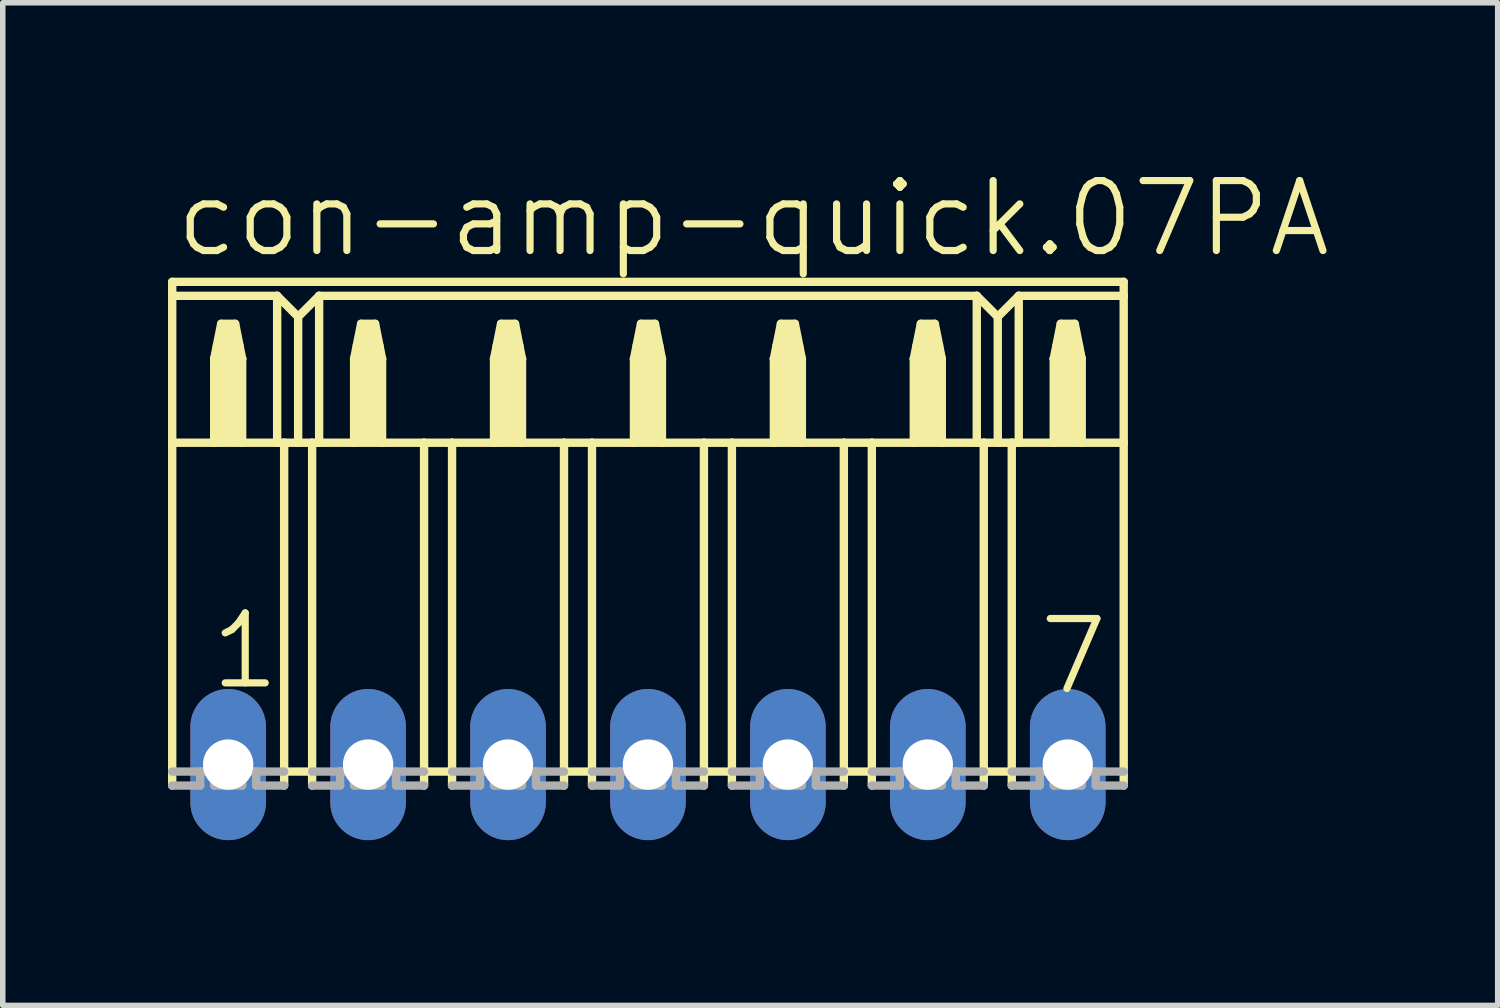
<source format=kicad_pcb>
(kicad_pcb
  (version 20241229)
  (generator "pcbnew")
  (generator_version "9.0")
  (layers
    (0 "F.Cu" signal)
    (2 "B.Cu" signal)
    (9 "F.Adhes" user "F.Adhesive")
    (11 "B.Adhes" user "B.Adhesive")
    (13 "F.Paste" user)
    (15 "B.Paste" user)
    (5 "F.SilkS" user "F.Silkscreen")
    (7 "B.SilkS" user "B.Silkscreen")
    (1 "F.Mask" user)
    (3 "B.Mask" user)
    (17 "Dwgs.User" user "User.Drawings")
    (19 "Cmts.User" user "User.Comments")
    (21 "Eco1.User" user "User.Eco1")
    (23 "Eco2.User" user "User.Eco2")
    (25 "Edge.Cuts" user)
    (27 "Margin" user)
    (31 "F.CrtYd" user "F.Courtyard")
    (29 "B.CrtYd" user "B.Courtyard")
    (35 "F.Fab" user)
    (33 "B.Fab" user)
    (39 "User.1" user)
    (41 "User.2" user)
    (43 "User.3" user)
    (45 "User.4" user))
  (footprint "con-amp-quick.07PA"
    (layer "F.Cu")
    (at 8.712 10.829)
    (property "Reference" "con-amp-quick.07PA" (at -8.636 -9.169 0) (layer "F.SilkS") (effects (font (size 1.27 1.27) (thickness 0.13)) (justify left bottom)))
    (attr through_hole)
    (fp_line (start -8.636 -8.763) (end -8.636 -8.509) (stroke (width 0.152) (type default)) (layer "F.SilkS"))
    (fp_line (start -8.636 -8.763) (end 8.636 -8.763) (stroke (width 0.152) (type default)) (layer "F.SilkS"))
    (fp_line (start -8.636 -8.509) (end -8.636 -5.842) (stroke (width 0.152) (type default)) (layer "F.SilkS"))
    (fp_line (start -8.636 -8.509) (end -6.731 -8.509) (stroke (width 0.152) (type default)) (layer "F.SilkS"))
    (fp_line (start -8.636 -5.842) (end -8.636 0.381) (stroke (width 0.152) (type default)) (layer "F.SilkS"))
    (fp_line (start -8.636 -5.842) (end -7.874 -5.842) (stroke (width 0.152) (type default)) (layer "F.SilkS"))
    (fp_line (start -7.874 -7.366) (end -7.874 -5.842) (stroke (width 0.152) (type default)) (layer "F.SilkS"))
    (fp_line (start -7.874 -7.366) (end -7.747 -8.001) (stroke (width 0.152) (type default)) (layer "F.SilkS"))
    (fp_line (start -7.874 -5.842) (end -7.366 -5.842) (stroke (width 0.152) (type default)) (layer "F.SilkS"))
    (fp_line (start -7.747 -8.001) (end -7.493 -8.001) (stroke (width 0.152) (type default)) (layer "F.SilkS"))
    (fp_line (start -7.493 -8.001) (end -7.366 -7.366) (stroke (width 0.152) (type default)) (layer "F.SilkS"))
    (fp_line (start -7.366 -7.366) (end -7.874 -7.366) (stroke (width 0.152) (type default)) (layer "F.SilkS"))
    (fp_line (start -7.366 -7.366) (end -7.366 -5.842) (stroke (width 0.152) (type default)) (layer "F.SilkS"))
    (fp_line (start -7.366 -5.842) (end -6.731 -5.842) (stroke (width 0.152) (type default)) (layer "F.SilkS"))
    (fp_line (start -6.731 -8.509) (end -6.731 -5.842) (stroke (width 0.152) (type default)) (layer "F.SilkS"))
    (fp_line (start -6.731 -8.509) (end -6.35 -8.128) (stroke (width 0.152) (type default)) (layer "F.SilkS"))
    (fp_line (start -6.731 -5.842) (end -6.604 -5.842) (stroke (width 0.152) (type default)) (layer "F.SilkS"))
    (fp_line (start -6.604 -5.842) (end -6.604 0.127) (stroke (width 0.152) (type default)) (layer "F.SilkS"))
    (fp_line (start -6.604 -5.842) (end -6.35 -5.842) (stroke (width 0.152) (type default)) (layer "F.SilkS"))
    (fp_line (start -6.604 0.127) (end -6.604 0.381) (stroke (width 0.152) (type default)) (layer "F.SilkS"))
    (fp_line (start -6.35 -8.128) (end -6.35 -5.842) (stroke (width 0.152) (type default)) (layer "F.SilkS"))
    (fp_line (start -6.35 -8.128) (end -5.969 -8.509) (stroke (width 0.152) (type default)) (layer "F.SilkS"))
    (fp_line (start -6.35 -5.842) (end -6.096 -5.842) (stroke (width 0.152) (type default)) (layer "F.SilkS"))
    (fp_line (start -6.096 -5.842) (end -6.096 0.127) (stroke (width 0.152) (type default)) (layer "F.SilkS"))
    (fp_line (start -6.096 -5.842) (end -5.969 -5.842) (stroke (width 0.152) (type default)) (layer "F.SilkS"))
    (fp_line (start -6.096 0.127) (end -6.604 0.127) (stroke (width 0.152) (type default)) (layer "F.SilkS"))
    (fp_line (start -6.096 0.127) (end -6.096 0.381) (stroke (width 0.152) (type default)) (layer "F.SilkS"))
    (fp_line (start -5.969 -8.509) (end -5.969 -5.842) (stroke (width 0.152) (type default)) (layer "F.SilkS"))
    (fp_line (start -5.969 -8.509) (end 5.969 -8.509) (stroke (width 0.152) (type default)) (layer "F.SilkS"))
    (fp_line (start -5.969 -5.842) (end -5.334 -5.842) (stroke (width 0.152) (type default)) (layer "F.SilkS"))
    (fp_line (start -5.334 -7.366) (end -5.334 -5.842) (stroke (width 0.152) (type default)) (layer "F.SilkS"))
    (fp_line (start -5.334 -7.366) (end -5.207 -8.001) (stroke (width 0.152) (type default)) (layer "F.SilkS"))
    (fp_line (start -5.334 -5.842) (end -4.826 -5.842) (stroke (width 0.152) (type default)) (layer "F.SilkS"))
    (fp_line (start -5.207 -8.001) (end -4.953 -8.001) (stroke (width 0.152) (type default)) (layer "F.SilkS"))
    (fp_line (start -4.953 -8.001) (end -4.826 -7.366) (stroke (width 0.152) (type default)) (layer "F.SilkS"))
    (fp_line (start -4.826 -7.366) (end -5.334 -7.366) (stroke (width 0.152) (type default)) (layer "F.SilkS"))
    (fp_line (start -4.826 -7.366) (end -4.826 -5.842) (stroke (width 0.152) (type default)) (layer "F.SilkS"))
    (fp_line (start -4.826 -5.842) (end -4.064 -5.842) (stroke (width 0.152) (type default)) (layer "F.SilkS"))
    (fp_line (start -4.064 -5.842) (end -4.064 0.127) (stroke (width 0.152) (type default)) (layer "F.SilkS"))
    (fp_line (start -4.064 -5.842) (end -3.556 -5.842) (stroke (width 0.152) (type default)) (layer "F.SilkS"))
    (fp_line (start -4.064 0.127) (end -4.064 0.381) (stroke (width 0.152) (type default)) (layer "F.SilkS"))
    (fp_line (start -3.556 -5.842) (end -3.556 0.127) (stroke (width 0.152) (type default)) (layer "F.SilkS"))
    (fp_line (start -3.556 -5.842) (end -2.794 -5.842) (stroke (width 0.152) (type default)) (layer "F.SilkS"))
    (fp_line (start -3.556 0.127) (end -4.064 0.127) (stroke (width 0.152) (type default)) (layer "F.SilkS"))
    (fp_line (start -3.556 0.127) (end -3.556 0.381) (stroke (width 0.152) (type default)) (layer "F.SilkS"))
    (fp_line (start -2.794 -7.366) (end -2.794 -5.842) (stroke (width 0.152) (type default)) (layer "F.SilkS"))
    (fp_line (start -2.794 -7.366) (end -2.667 -8.001) (stroke (width 0.152) (type default)) (layer "F.SilkS"))
    (fp_line (start -2.794 -5.842) (end -2.286 -5.842) (stroke (width 0.152) (type default)) (layer "F.SilkS"))
    (fp_line (start -2.667 -8.001) (end -2.413 -8.001) (stroke (width 0.152) (type default)) (layer "F.SilkS"))
    (fp_line (start -2.413 -8.001) (end -2.286 -7.366) (stroke (width 0.152) (type default)) (layer "F.SilkS"))
    (fp_line (start -2.286 -7.366) (end -2.794 -7.366) (stroke (width 0.152) (type default)) (layer "F.SilkS"))
    (fp_line (start -2.286 -7.366) (end -2.286 -5.842) (stroke (width 0.152) (type default)) (layer "F.SilkS"))
    (fp_line (start -2.286 -5.842) (end -1.524 -5.842) (stroke (width 0.152) (type default)) (layer "F.SilkS"))
    (fp_line (start -1.524 -5.842) (end -1.524 0.127) (stroke (width 0.152) (type default)) (layer "F.SilkS"))
    (fp_line (start -1.524 -5.842) (end -1.016 -5.842) (stroke (width 0.152) (type default)) (layer "F.SilkS"))
    (fp_line (start -1.524 0.127) (end -1.524 0.381) (stroke (width 0.152) (type default)) (layer "F.SilkS"))
    (fp_line (start -1.016 -5.842) (end -1.016 0.127) (stroke (width 0.152) (type default)) (layer "F.SilkS"))
    (fp_line (start -1.016 -5.842) (end -0.254 -5.842) (stroke (width 0.152) (type default)) (layer "F.SilkS"))
    (fp_line (start -1.016 0.127) (end -1.524 0.127) (stroke (width 0.152) (type default)) (layer "F.SilkS"))
    (fp_line (start -1.016 0.127) (end -1.016 0.381) (stroke (width 0.152) (type default)) (layer "F.SilkS"))
    (fp_line (start -0.254 -7.366) (end -0.254 -5.842) (stroke (width 0.152) (type default)) (layer "F.SilkS"))
    (fp_line (start -0.254 -7.366) (end -0.127 -8.001) (stroke (width 0.152) (type default)) (layer "F.SilkS"))
    (fp_line (start -0.254 -5.842) (end 0.254 -5.842) (stroke (width 0.152) (type default)) (layer "F.SilkS"))
    (fp_line (start -0.127 -8.001) (end 0.127 -8.001) (stroke (width 0.152) (type default)) (layer "F.SilkS"))
    (fp_line (start 0.127 -8.001) (end 0.254 -7.366) (stroke (width 0.152) (type default)) (layer "F.SilkS"))
    (fp_line (start 0.254 -7.366) (end -0.254 -7.366) (stroke (width 0.152) (type default)) (layer "F.SilkS"))
    (fp_line (start 0.254 -7.366) (end 0.254 -5.842) (stroke (width 0.152) (type default)) (layer "F.SilkS"))
    (fp_line (start 0.254 -5.842) (end 1.016 -5.842) (stroke (width 0.152) (type default)) (layer "F.SilkS"))
    (fp_line (start 1.016 -5.842) (end 1.016 0.127) (stroke (width 0.152) (type default)) (layer "F.SilkS"))
    (fp_line (start 1.016 -5.842) (end 1.524 -5.842) (stroke (width 0.152) (type default)) (layer "F.SilkS"))
    (fp_line (start 1.016 0.127) (end 1.016 0.381) (stroke (width 0.152) (type default)) (layer "F.SilkS"))
    (fp_line (start 1.524 -5.842) (end 1.524 0.127) (stroke (width 0.152) (type default)) (layer "F.SilkS"))
    (fp_line (start 1.524 -5.842) (end 2.286 -5.842) (stroke (width 0.152) (type default)) (layer "F.SilkS"))
    (fp_line (start 1.524 0.127) (end 1.016 0.127) (stroke (width 0.152) (type default)) (layer "F.SilkS"))
    (fp_line (start 1.524 0.127) (end 1.524 0.381) (stroke (width 0.152) (type default)) (layer "F.SilkS"))
    (fp_line (start 2.286 -7.366) (end 2.286 -5.842) (stroke (width 0.152) (type default)) (layer "F.SilkS"))
    (fp_line (start 2.286 -7.366) (end 2.413 -8.001) (stroke (width 0.152) (type default)) (layer "F.SilkS"))
    (fp_line (start 2.286 -5.842) (end 2.794 -5.842) (stroke (width 0.152) (type default)) (layer "F.SilkS"))
    (fp_line (start 2.413 -8.001) (end 2.667 -8.001) (stroke (width 0.152) (type default)) (layer "F.SilkS"))
    (fp_line (start 2.667 -8.001) (end 2.794 -7.366) (stroke (width 0.152) (type default)) (layer "F.SilkS"))
    (fp_line (start 2.794 -7.366) (end 2.286 -7.366) (stroke (width 0.152) (type default)) (layer "F.SilkS"))
    (fp_line (start 2.794 -7.366) (end 2.794 -5.842) (stroke (width 0.152) (type default)) (layer "F.SilkS"))
    (fp_line (start 2.794 -5.842) (end 3.556 -5.842) (stroke (width 0.152) (type default)) (layer "F.SilkS"))
    (fp_line (start 3.556 -5.842) (end 3.556 0.127) (stroke (width 0.152) (type default)) (layer "F.SilkS"))
    (fp_line (start 3.556 -5.842) (end 4.064 -5.842) (stroke (width 0.152) (type default)) (layer "F.SilkS"))
    (fp_line (start 3.556 0.127) (end 3.556 0.381) (stroke (width 0.152) (type default)) (layer "F.SilkS"))
    (fp_line (start 4.064 -5.842) (end 4.064 0.127) (stroke (width 0.152) (type default)) (layer "F.SilkS"))
    (fp_line (start 4.064 -5.842) (end 5.969 -5.842) (stroke (width 0.152) (type default)) (layer "F.SilkS"))
    (fp_line (start 4.064 0.127) (end 3.556 0.127) (stroke (width 0.152) (type default)) (layer "F.SilkS"))
    (fp_line (start 4.064 0.127) (end 4.064 0.381) (stroke (width 0.152) (type default)) (layer "F.SilkS"))
    (fp_line (start 4.826 -7.366) (end 4.826 -5.842) (stroke (width 0.152) (type default)) (layer "F.SilkS"))
    (fp_line (start 4.826 -7.366) (end 4.953 -8.001) (stroke (width 0.152) (type default)) (layer "F.SilkS"))
    (fp_line (start 4.953 -8.001) (end 5.207 -8.001) (stroke (width 0.152) (type default)) (layer "F.SilkS"))
    (fp_line (start 5.207 -8.001) (end 5.334 -7.366) (stroke (width 0.152) (type default)) (layer "F.SilkS"))
    (fp_line (start 5.334 -7.366) (end 4.826 -7.366) (stroke (width 0.152) (type default)) (layer "F.SilkS"))
    (fp_line (start 5.334 -7.366) (end 5.334 -5.842) (stroke (width 0.152) (type default)) (layer "F.SilkS"))
    (fp_line (start 5.969 -8.509) (end 5.969 -5.842) (stroke (width 0.152) (type default)) (layer "F.SilkS"))
    (fp_line (start 5.969 -8.509) (end 6.35 -8.128) (stroke (width 0.152) (type default)) (layer "F.SilkS"))
    (fp_line (start 5.969 -5.842) (end 6.096 -5.842) (stroke (width 0.152) (type default)) (layer "F.SilkS"))
    (fp_line (start 6.096 -5.842) (end 6.096 0.127) (stroke (width 0.152) (type default)) (layer "F.SilkS"))
    (fp_line (start 6.096 -5.842) (end 6.35 -5.842) (stroke (width 0.152) (type default)) (layer "F.SilkS"))
    (fp_line (start 6.096 0.127) (end 6.096 0.381) (stroke (width 0.152) (type default)) (layer "F.SilkS"))
    (fp_line (start 6.35 -8.128) (end 6.35 -5.842) (stroke (width 0.152) (type default)) (layer "F.SilkS"))
    (fp_line (start 6.35 -8.128) (end 6.731 -8.509) (stroke (width 0.152) (type default)) (layer "F.SilkS"))
    (fp_line (start 6.35 -5.842) (end 6.604 -5.842) (stroke (width 0.152) (type default)) (layer "F.SilkS"))
    (fp_line (start 6.604 -5.842) (end 6.604 0.127) (stroke (width 0.152) (type default)) (layer "F.SilkS"))
    (fp_line (start 6.604 -5.842) (end 6.731 -5.842) (stroke (width 0.152) (type default)) (layer "F.SilkS"))
    (fp_line (start 6.604 0.127) (end 6.096 0.127) (stroke (width 0.152) (type default)) (layer "F.SilkS"))
    (fp_line (start 6.604 0.127) (end 6.604 0.381) (stroke (width 0.152) (type default)) (layer "F.SilkS"))
    (fp_line (start 6.731 -8.509) (end 6.731 -5.842) (stroke (width 0.152) (type default)) (layer "F.SilkS"))
    (fp_line (start 6.731 -8.509) (end 8.636 -8.509) (stroke (width 0.152) (type default)) (layer "F.SilkS"))
    (fp_line (start 6.731 -5.842) (end 8.636 -5.842) (stroke (width 0.152) (type default)) (layer "F.SilkS"))
    (fp_line (start 7.366 -7.366) (end 7.366 -5.842) (stroke (width 0.152) (type default)) (layer "F.SilkS"))
    (fp_line (start 7.366 -7.366) (end 7.493 -8.001) (stroke (width 0.152) (type default)) (layer "F.SilkS"))
    (fp_line (start 7.493 -8.001) (end 7.747 -8.001) (stroke (width 0.152) (type default)) (layer "F.SilkS"))
    (fp_line (start 7.747 -8.001) (end 7.874 -7.366) (stroke (width 0.152) (type default)) (layer "F.SilkS"))
    (fp_line (start 7.874 -7.366) (end 7.366 -7.366) (stroke (width 0.152) (type default)) (layer "F.SilkS"))
    (fp_line (start 7.874 -7.366) (end 7.874 -5.842) (stroke (width 0.152) (type default)) (layer "F.SilkS"))
    (fp_line (start 8.636 -8.509) (end 8.636 -8.763) (stroke (width 0.152) (type default)) (layer "F.SilkS"))
    (fp_line (start 8.636 -8.509) (end 8.636 -5.842) (stroke (width 0.152) (type default)) (layer "F.SilkS"))
    (fp_line (start 8.636 -5.842) (end 8.636 0.381) (stroke (width 0.152) (type default)) (layer "F.SilkS"))
    (fp_rect (start -7.874 -7.366) (end -7.747 -7.62) (stroke (width 0.05) (type default)) (fill yes) (layer "F.SilkS"))
    (fp_rect (start -7.874 -5.842) (end -7.366 -7.366) (stroke (width 0.05) (type default)) (fill yes) (layer "F.SilkS"))
    (fp_rect (start -7.747 -7.366) (end -7.493 -8.001) (stroke (width 0.05) (type default)) (fill yes) (layer "F.SilkS"))
    (fp_rect (start -7.493 -7.366) (end -7.366 -7.62) (stroke (width 0.05) (type default)) (fill yes) (layer "F.SilkS"))
    (fp_rect (start -5.334 -7.366) (end -5.207 -7.62) (stroke (width 0.05) (type default)) (fill yes) (layer "F.SilkS"))
    (fp_rect (start -5.334 -5.842) (end -4.826 -7.366) (stroke (width 0.05) (type default)) (fill yes) (layer "F.SilkS"))
    (fp_rect (start -5.207 -7.366) (end -4.953 -8.001) (stroke (width 0.05) (type default)) (fill yes) (layer "F.SilkS"))
    (fp_rect (start -4.953 -7.366) (end -4.826 -7.62) (stroke (width 0.05) (type default)) (fill yes) (layer "F.SilkS"))
    (fp_rect (start -2.794 -7.366) (end -2.667 -7.62) (stroke (width 0.05) (type default)) (fill yes) (layer "F.SilkS"))
    (fp_rect (start -2.794 -5.842) (end -2.286 -7.366) (stroke (width 0.05) (type default)) (fill yes) (layer "F.SilkS"))
    (fp_rect (start -2.667 -7.366) (end -2.413 -8.001) (stroke (width 0.05) (type default)) (fill yes) (layer "F.SilkS"))
    (fp_rect (start -2.413 -7.366) (end -2.286 -7.62) (stroke (width 0.05) (type default)) (fill yes) (layer "F.SilkS"))
    (fp_rect (start -0.254 -7.366) (end -0.127 -7.62) (stroke (width 0.05) (type default)) (fill yes) (layer "F.SilkS"))
    (fp_rect (start -0.254 -5.842) (end 0.254 -7.366) (stroke (width 0.05) (type default)) (fill yes) (layer "F.SilkS"))
    (fp_rect (start -0.127 -7.366) (end 0.127 -8.001) (stroke (width 0.05) (type default)) (fill yes) (layer "F.SilkS"))
    (fp_rect (start 0.127 -7.366) (end 0.254 -7.62) (stroke (width 0.05) (type default)) (fill yes) (layer "F.SilkS"))
    (fp_rect (start 2.286 -7.366) (end 2.413 -7.62) (stroke (width 0.05) (type default)) (fill yes) (layer "F.SilkS"))
    (fp_rect (start 2.286 -5.842) (end 2.794 -7.366) (stroke (width 0.05) (type default)) (fill yes) (layer "F.SilkS"))
    (fp_rect (start 2.413 -7.366) (end 2.667 -8.001) (stroke (width 0.05) (type default)) (fill yes) (layer "F.SilkS"))
    (fp_rect (start 2.667 -7.366) (end 2.794 -7.62) (stroke (width 0.05) (type default)) (fill yes) (layer "F.SilkS"))
    (fp_rect (start 4.826 -7.366) (end 4.953 -7.62) (stroke (width 0.05) (type default)) (fill yes) (layer "F.SilkS"))
    (fp_rect (start 4.826 -5.842) (end 5.334 -7.366) (stroke (width 0.05) (type default)) (fill yes) (layer "F.SilkS"))
    (fp_rect (start 4.953 -7.366) (end 5.207 -8.001) (stroke (width 0.05) (type default)) (fill yes) (layer "F.SilkS"))
    (fp_rect (start 5.207 -7.366) (end 5.334 -7.62) (stroke (width 0.05) (type default)) (fill yes) (layer "F.SilkS"))
    (fp_rect (start 7.366 -7.366) (end 7.493 -7.62) (stroke (width 0.05) (type default)) (fill yes) (layer "F.SilkS"))
    (fp_rect (start 7.366 -5.842) (end 7.874 -7.366) (stroke (width 0.05) (type default)) (fill yes) (layer "F.SilkS"))
    (fp_rect (start 7.493 -7.366) (end 7.747 -8.001) (stroke (width 0.05) (type default)) (fill yes) (layer "F.SilkS"))
    (fp_rect (start 7.747 -7.366) (end 7.874 -7.62) (stroke (width 0.05) (type default)) (fill yes) (layer "F.SilkS"))
    (fp_line (start -8.636 0.127) (end -8.128 0.127) (stroke (width 0.152) (type default)) (layer "F.Fab"))
    (fp_line (start -8.128 0.381) (end -8.636 0.381) (stroke (width 0.152) (type default)) (layer "F.Fab"))
    (fp_line (start -8.128 0.381) (end -8.128 0.127) (stroke (width 0.152) (type default)) (layer "F.Fab"))
    (fp_line (start -7.874 0.127) (end -8.128 0.127) (stroke (width 0.152) (type default)) (layer "F.Fab"))
    (fp_line (start -7.874 0.381) (end -7.874 0.127) (stroke (width 0.152) (type default)) (layer "F.Fab"))
    (fp_line (start -7.366 0.381) (end -7.874 0.381) (stroke (width 0.152) (type default)) (layer "F.Fab"))
    (fp_line (start -7.366 0.381) (end -7.366 0.127) (stroke (width 0.152) (type default)) (layer "F.Fab"))
    (fp_line (start -7.112 0.127) (end -7.366 0.127) (stroke (width 0.152) (type default)) (layer "F.Fab"))
    (fp_line (start -7.112 0.381) (end -7.112 0.127) (stroke (width 0.152) (type default)) (layer "F.Fab"))
    (fp_line (start -6.604 0.127) (end -7.112 0.127) (stroke (width 0.152) (type default)) (layer "F.Fab"))
    (fp_line (start -6.604 0.381) (end -7.112 0.381) (stroke (width 0.152) (type default)) (layer "F.Fab"))
    (fp_line (start -6.096 0.127) (end -5.588 0.127) (stroke (width 0.152) (type default)) (layer "F.Fab"))
    (fp_line (start -5.588 0.381) (end -6.096 0.381) (stroke (width 0.152) (type default)) (layer "F.Fab"))
    (fp_line (start -5.588 0.381) (end -5.588 0.127) (stroke (width 0.152) (type default)) (layer "F.Fab"))
    (fp_line (start -5.334 0.127) (end -5.588 0.127) (stroke (width 0.152) (type default)) (layer "F.Fab"))
    (fp_line (start -5.334 0.381) (end -5.334 0.127) (stroke (width 0.152) (type default)) (layer "F.Fab"))
    (fp_line (start -4.826 0.381) (end -5.334 0.381) (stroke (width 0.152) (type default)) (layer "F.Fab"))
    (fp_line (start -4.826 0.381) (end -4.826 0.127) (stroke (width 0.152) (type default)) (layer "F.Fab"))
    (fp_line (start -4.572 0.127) (end -4.826 0.127) (stroke (width 0.152) (type default)) (layer "F.Fab"))
    (fp_line (start -4.572 0.381) (end -4.572 0.127) (stroke (width 0.152) (type default)) (layer "F.Fab"))
    (fp_line (start -4.064 0.127) (end -4.572 0.127) (stroke (width 0.152) (type default)) (layer "F.Fab"))
    (fp_line (start -4.064 0.381) (end -4.572 0.381) (stroke (width 0.152) (type default)) (layer "F.Fab"))
    (fp_line (start -3.556 0.127) (end -3.048 0.127) (stroke (width 0.152) (type default)) (layer "F.Fab"))
    (fp_line (start -3.048 0.381) (end -3.556 0.381) (stroke (width 0.152) (type default)) (layer "F.Fab"))
    (fp_line (start -3.048 0.381) (end -3.048 0.127) (stroke (width 0.152) (type default)) (layer "F.Fab"))
    (fp_line (start -2.794 0.127) (end -3.048 0.127) (stroke (width 0.152) (type default)) (layer "F.Fab"))
    (fp_line (start -2.794 0.381) (end -2.794 0.127) (stroke (width 0.152) (type default)) (layer "F.Fab"))
    (fp_line (start -2.286 0.381) (end -2.794 0.381) (stroke (width 0.152) (type default)) (layer "F.Fab"))
    (fp_line (start -2.286 0.381) (end -2.286 0.127) (stroke (width 0.152) (type default)) (layer "F.Fab"))
    (fp_line (start -2.032 0.127) (end -2.286 0.127) (stroke (width 0.152) (type default)) (layer "F.Fab"))
    (fp_line (start -2.032 0.381) (end -2.032 0.127) (stroke (width 0.152) (type default)) (layer "F.Fab"))
    (fp_line (start -1.524 0.127) (end -2.032 0.127) (stroke (width 0.152) (type default)) (layer "F.Fab"))
    (fp_line (start -1.524 0.381) (end -2.032 0.381) (stroke (width 0.152) (type default)) (layer "F.Fab"))
    (fp_line (start -1.016 0.127) (end -0.508 0.127) (stroke (width 0.152) (type default)) (layer "F.Fab"))
    (fp_line (start -0.508 0.381) (end -1.016 0.381) (stroke (width 0.152) (type default)) (layer "F.Fab"))
    (fp_line (start -0.508 0.381) (end -0.508 0.127) (stroke (width 0.152) (type default)) (layer "F.Fab"))
    (fp_line (start -0.254 0.127) (end -0.508 0.127) (stroke (width 0.152) (type default)) (layer "F.Fab"))
    (fp_line (start -0.254 0.381) (end -0.254 0.127) (stroke (width 0.152) (type default)) (layer "F.Fab"))
    (fp_line (start 0.254 0.381) (end -0.254 0.381) (stroke (width 0.152) (type default)) (layer "F.Fab"))
    (fp_line (start 0.254 0.381) (end 0.254 0.127) (stroke (width 0.152) (type default)) (layer "F.Fab"))
    (fp_line (start 0.508 0.127) (end 0.254 0.127) (stroke (width 0.152) (type default)) (layer "F.Fab"))
    (fp_line (start 0.508 0.381) (end 0.508 0.127) (stroke (width 0.152) (type default)) (layer "F.Fab"))
    (fp_line (start 1.016 0.127) (end 0.508 0.127) (stroke (width 0.152) (type default)) (layer "F.Fab"))
    (fp_line (start 1.016 0.381) (end 0.508 0.381) (stroke (width 0.152) (type default)) (layer "F.Fab"))
    (fp_line (start 1.524 0.127) (end 2.032 0.127) (stroke (width 0.152) (type default)) (layer "F.Fab"))
    (fp_line (start 2.032 0.381) (end 1.524 0.381) (stroke (width 0.152) (type default)) (layer "F.Fab"))
    (fp_line (start 2.032 0.381) (end 2.032 0.127) (stroke (width 0.152) (type default)) (layer "F.Fab"))
    (fp_line (start 2.286 0.127) (end 2.032 0.127) (stroke (width 0.152) (type default)) (layer "F.Fab"))
    (fp_line (start 2.286 0.381) (end 2.286 0.127) (stroke (width 0.152) (type default)) (layer "F.Fab"))
    (fp_line (start 2.794 0.381) (end 2.286 0.381) (stroke (width 0.152) (type default)) (layer "F.Fab"))
    (fp_line (start 2.794 0.381) (end 2.794 0.127) (stroke (width 0.152) (type default)) (layer "F.Fab"))
    (fp_line (start 3.048 0.127) (end 2.794 0.127) (stroke (width 0.152) (type default)) (layer "F.Fab"))
    (fp_line (start 3.048 0.381) (end 3.048 0.127) (stroke (width 0.152) (type default)) (layer "F.Fab"))
    (fp_line (start 3.556 0.127) (end 3.048 0.127) (stroke (width 0.152) (type default)) (layer "F.Fab"))
    (fp_line (start 3.556 0.381) (end 3.048 0.381) (stroke (width 0.152) (type default)) (layer "F.Fab"))
    (fp_line (start 4.064 0.127) (end 4.572 0.127) (stroke (width 0.152) (type default)) (layer "F.Fab"))
    (fp_line (start 4.572 0.381) (end 4.064 0.381) (stroke (width 0.152) (type default)) (layer "F.Fab"))
    (fp_line (start 4.572 0.381) (end 4.572 0.127) (stroke (width 0.152) (type default)) (layer "F.Fab"))
    (fp_line (start 4.826 0.127) (end 4.572 0.127) (stroke (width 0.152) (type default)) (layer "F.Fab"))
    (fp_line (start 4.826 0.381) (end 4.826 0.127) (stroke (width 0.152) (type default)) (layer "F.Fab"))
    (fp_line (start 5.334 0.381) (end 4.826 0.381) (stroke (width 0.152) (type default)) (layer "F.Fab"))
    (fp_line (start 5.334 0.381) (end 5.334 0.127) (stroke (width 0.152) (type default)) (layer "F.Fab"))
    (fp_line (start 5.588 0.127) (end 5.334 0.127) (stroke (width 0.152) (type default)) (layer "F.Fab"))
    (fp_line (start 5.588 0.381) (end 5.588 0.127) (stroke (width 0.152) (type default)) (layer "F.Fab"))
    (fp_line (start 6.096 0.127) (end 5.588 0.127) (stroke (width 0.152) (type default)) (layer "F.Fab"))
    (fp_line (start 6.096 0.381) (end 5.588 0.381) (stroke (width 0.152) (type default)) (layer "F.Fab"))
    (fp_line (start 6.604 0.127) (end 7.112 0.127) (stroke (width 0.152) (type default)) (layer "F.Fab"))
    (fp_line (start 7.112 0.381) (end 6.604 0.381) (stroke (width 0.152) (type default)) (layer "F.Fab"))
    (fp_line (start 7.112 0.381) (end 7.112 0.127) (stroke (width 0.152) (type default)) (layer "F.Fab"))
    (fp_line (start 7.366 0.127) (end 7.112 0.127) (stroke (width 0.152) (type default)) (layer "F.Fab"))
    (fp_line (start 7.366 0.381) (end 7.366 0.127) (stroke (width 0.152) (type default)) (layer "F.Fab"))
    (fp_line (start 7.874 0.381) (end 7.366 0.381) (stroke (width 0.152) (type default)) (layer "F.Fab"))
    (fp_line (start 7.874 0.381) (end 7.874 0.127) (stroke (width 0.152) (type default)) (layer "F.Fab"))
    (fp_line (start 8.128 0.127) (end 7.874 0.127) (stroke (width 0.152) (type default)) (layer "F.Fab"))
    (fp_line (start 8.128 0.381) (end 8.128 0.127) (stroke (width 0.152) (type default)) (layer "F.Fab"))
    (fp_line (start 8.636 0.127) (end 8.128 0.127) (stroke (width 0.152) (type default)) (layer "F.Fab"))
    (fp_line (start 8.636 0.381) (end 8.128 0.381) (stroke (width 0.152) (type default)) (layer "F.Fab"))
    (fp_text user "1" (at -8.001 -1.321 0) (layer "F.SilkS") (effects (font (size 1.27 1.27) (thickness 0.13)) (justify left bottom)))
    (fp_text user "7" (at 7.036 -1.219 0) (layer "F.SilkS") (effects (font (size 1.27 1.27) (thickness 0.13)) (justify left bottom)))
    (pad "1" thru_hole oval (at -7.62 0 90) (size 2.743 1.372) (drill 0.914) (layers "*.Cu" "*.Mask"))
    (pad "2" thru_hole oval (at -5.08 0 90) (size 2.743 1.372) (drill 0.914) (layers "*.Cu" "*.Mask"))
    (pad "3" thru_hole oval (at -2.54 0 90) (size 2.743 1.372) (drill 0.914) (layers "*.Cu" "*.Mask"))
    (pad "4" thru_hole oval (at 0 0 90) (size 2.743 1.372) (drill 0.914) (layers "*.Cu" "*.Mask"))
    (pad "5" thru_hole oval (at 2.54 0 90) (size 2.743 1.372) (drill 0.914) (layers "*.Cu" "*.Mask"))
    (pad "6" thru_hole oval (at 5.08 0 90) (size 2.743 1.372) (drill 0.914) (layers "*.Cu" "*.Mask"))
    (pad "7" thru_hole oval (at 7.62 0 90) (size 2.743 1.372) (drill 0.914) (layers "*.Cu" "*.Mask")))
  (gr_rect
    (start -3 -3)
    (end 24.137 15.201)
    (stroke (width 0.1) (type default))
    (fill no)
    (layer "Edge.Cuts")))
</source>
